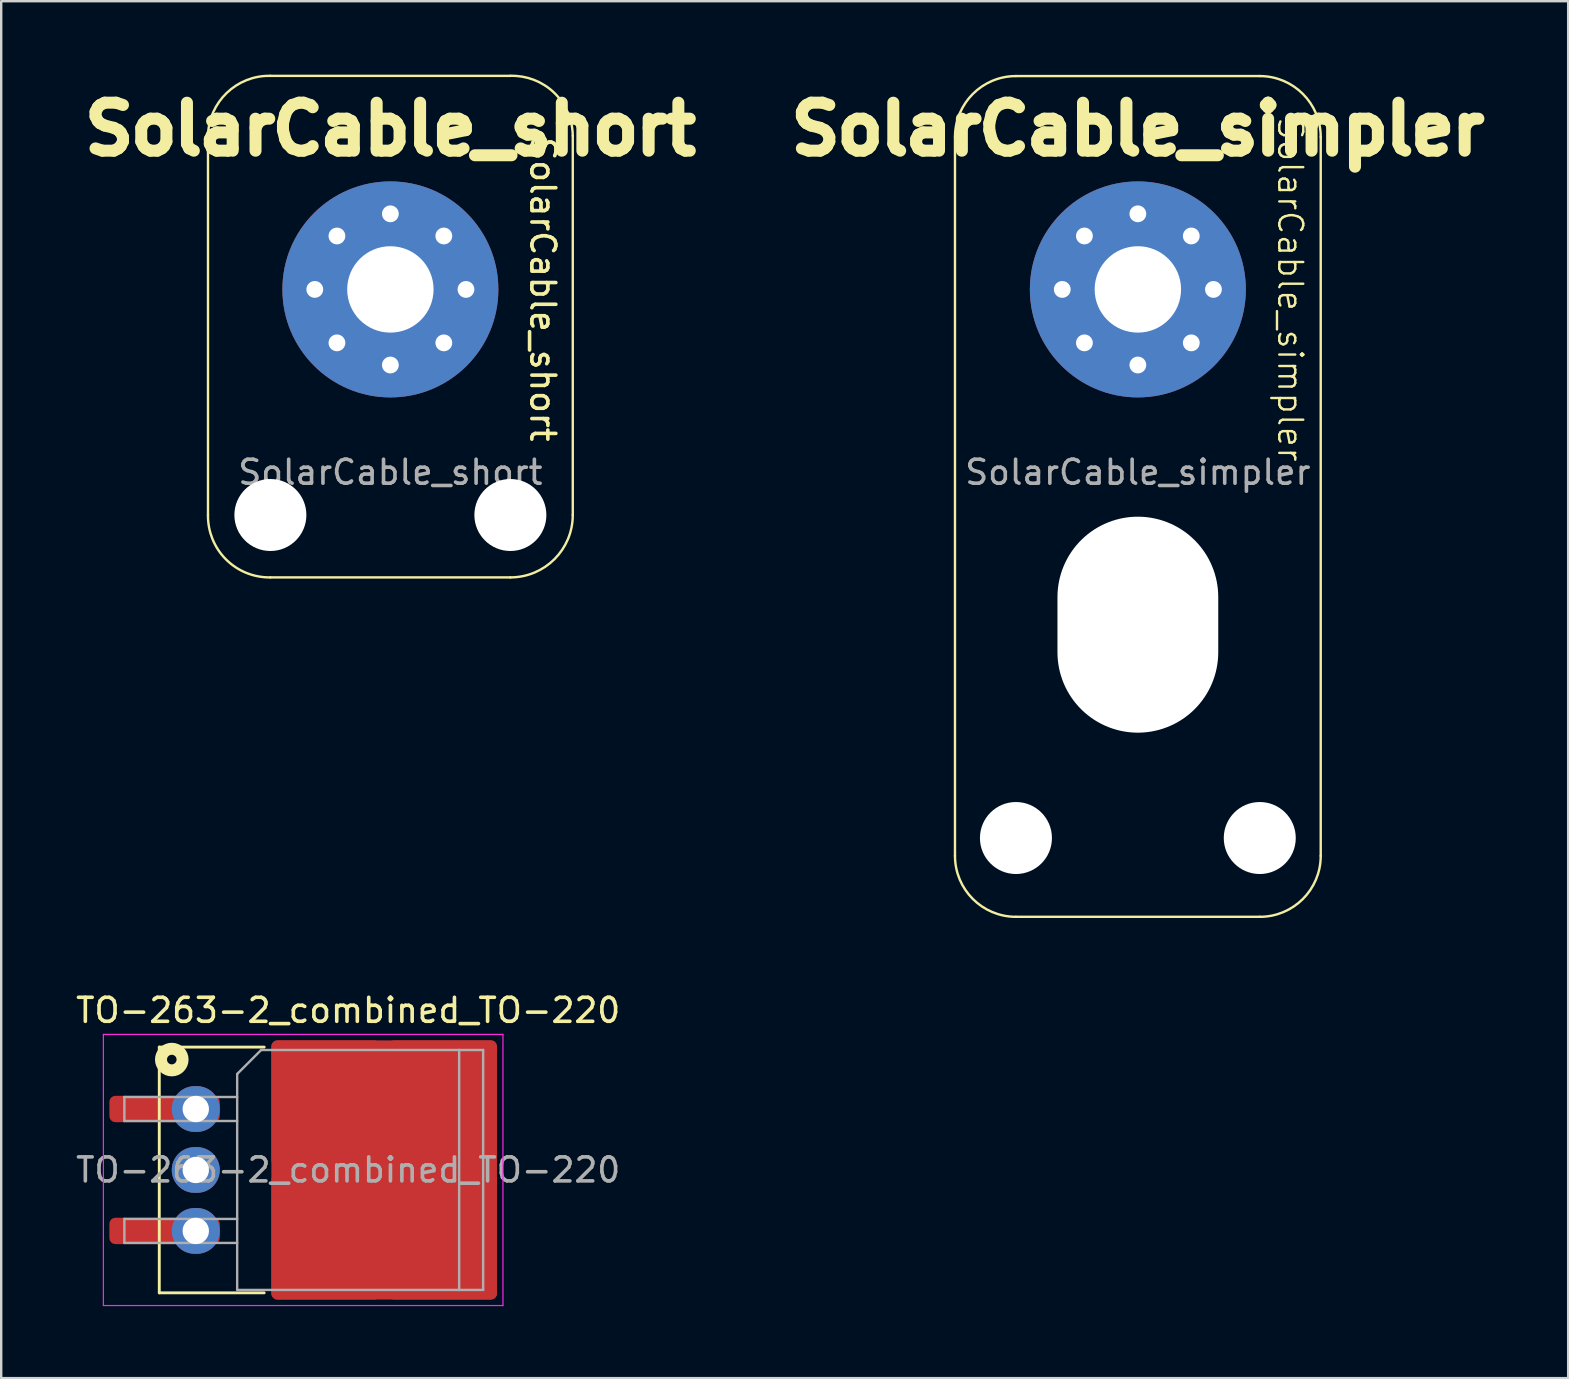
<source format=kicad_pcb>
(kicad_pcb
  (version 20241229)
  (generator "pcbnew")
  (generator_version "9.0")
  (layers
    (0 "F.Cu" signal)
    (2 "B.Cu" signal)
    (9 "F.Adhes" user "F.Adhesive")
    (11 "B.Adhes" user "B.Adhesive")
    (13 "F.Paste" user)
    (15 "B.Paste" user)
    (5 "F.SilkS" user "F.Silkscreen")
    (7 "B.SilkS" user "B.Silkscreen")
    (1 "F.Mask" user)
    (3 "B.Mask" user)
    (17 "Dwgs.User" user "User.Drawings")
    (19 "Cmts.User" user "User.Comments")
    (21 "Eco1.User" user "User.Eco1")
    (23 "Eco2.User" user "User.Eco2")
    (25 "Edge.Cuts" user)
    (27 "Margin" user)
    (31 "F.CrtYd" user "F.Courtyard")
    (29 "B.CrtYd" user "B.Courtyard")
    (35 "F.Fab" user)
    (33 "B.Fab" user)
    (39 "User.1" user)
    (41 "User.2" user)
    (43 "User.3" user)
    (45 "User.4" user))
  (footprint "SolarCable_simpler"
    (layer "F.Cu")
    (at 44.364 9.01)
    (property "Reference" "SolarCable_simpler" (at 6.35 0 270) (unlocked yes) (layer "F.SilkS") (effects (font (size 1 1) (thickness 0.1))))
    (property "Value" "SolarCable_simpler" (at 0 5.08 0) (unlocked yes) (layer "F.Fab") (hide yes) (effects (font (size 1 1) (thickness 0.15))))
    (attr through_hole)
    (fp_line (start -7.62 23.604) (end -7.62 -6.35) (stroke (width 0.1) (type default)) (layer "F.SilkS"))
    (fp_line (start 5.08 -8.89) (end -5.08 -8.89) (stroke (width 0.1) (type default)) (layer "F.SilkS"))
    (fp_line (start 5.08 26.144) (end -5.08 26.144) (stroke (width 0.1) (type default)) (layer "F.SilkS"))
    (fp_line (start 7.62 -6.35) (end 7.62 23.604) (stroke (width 0.1) (type default)) (layer "F.SilkS"))
    (fp_arc (start -7.62 -6.35) (mid -6.876051 -8.146051) (end -5.08 -8.89) (stroke (width 0.1) (type default)) (layer "F.SilkS"))
    (fp_arc (start -5.08 26.143949) (mid -6.876051 25.4) (end -7.62 23.603949) (stroke (width 0.1) (type default)) (layer "F.SilkS"))
    (fp_arc (start 5.08 -8.89) (mid 6.876051 -8.146051) (end 7.62 -6.35) (stroke (width 0.1) (type default)) (layer "F.SilkS"))
    (fp_arc (start 7.62 23.603949) (mid 6.876051 25.4) (end 5.08 26.143949) (stroke (width 0.1) (type default)) (layer "F.SilkS"))
    (fp_text user "${VALUE}" (at 0 -5.51 0) (unlocked yes) (layer "F.SilkS") (effects (font (size 2 2) (thickness 0.5) (bold yes)) (justify bottom)))
    (fp_text user "${REFERENCE}" (at 0 7.62 0) (unlocked yes) (layer "F.Fab") (effects (font (size 1 1) (thickness 0.15))))
    (pad "" np_thru_hole circle (at -5.08 22.86 180) (size 3 3) (drill 3) (layers "*.Cu" "*.Mask"))
    (pad "" np_thru_hole oval (at 0 13.97 180) (size 6.7 9) (drill oval 6.7 9) (layers "*.Cu" "*.Mask"))
    (pad "" np_thru_hole circle (at 5.08 22.86 180) (size 3 3) (drill 3) (layers "*.Cu" "*.Mask"))
    (pad "1" thru_hole circle (at -3.15 0) (size 1.524 1.524) (drill 0.7) (layers "*.Cu" "*.Mask"))
    (pad "1" thru_hole circle (at -2.227 -2.227) (size 1.524 1.524) (drill 0.7) (layers "*.Cu" "*.Mask"))
    (pad "1" thru_hole circle (at -2.227 2.227) (size 1.524 1.524) (drill 0.7) (layers "*.Cu" "*.Mask"))
    (pad "1" thru_hole circle (at 0 -3.15) (size 1.524 1.524) (drill 0.7) (layers "*.Cu" "*.Mask"))
    (pad "1" thru_hole circle (at 0 0 180) (size 9 9) (drill 3.6) (layers "*.Cu" "*.Mask"))
    (pad "1" thru_hole circle (at 0 3.15) (size 1.524 1.524) (drill 0.7) (layers "*.Cu" "*.Mask"))
    (pad "1" thru_hole circle (at 2.227 -2.227) (size 1.524 1.524) (drill 0.7) (layers "*.Cu" "*.Mask"))
    (pad "1" thru_hole circle (at 2.227 2.227) (size 1.524 1.524) (drill 0.7) (layers "*.Cu" "*.Mask"))
    (pad "1" thru_hole circle (at 3.15 0) (size 1.524 1.524) (drill 0.7) (layers "*.Cu" "*.Mask")))
  (footprint "SolarCable_short"
    (layer "F.Cu")
    (at 13.217 9.01)
    (property "Reference" "SolarCable_short" (at 6.35 0 270) (unlocked yes) (layer "F.SilkS") (effects (font (size 1 1) (thickness 0.15))))
    (property "Value" "SolarCable_short" (at 0 5.08 0) (unlocked yes) (layer "F.Fab") (hide yes) (effects (font (size 1 1) (thickness 0.15))))
    (fp_line (start -7.6 9.4) (end -7.6 -6.4) (stroke (width 0.1) (type default)) (layer "F.SilkS"))
    (fp_line (start 5 -8.9) (end -5 -8.9) (stroke (width 0.1) (type default)) (layer "F.SilkS"))
    (fp_line (start 5 12) (end -5 12) (stroke (width 0.1) (type default)) (layer "F.SilkS"))
    (fp_line (start 7.6 -6.4) (end 7.6 9.4) (stroke (width 0.1) (type default)) (layer "F.SilkS"))
    (fp_arc (start -7.6 -6.4) (mid -6.817767 -8.188477) (end -5 -8.9) (stroke (width 0.1) (type default)) (layer "F.SilkS"))
    (fp_arc (start -5 12) (mid -6.850227 11.250227) (end -7.6 9.4) (stroke (width 0.1) (type default)) (layer "F.SilkS"))
    (fp_arc (start 5 -8.9) (mid 6.824786 -8.195778) (end 7.6 -6.4) (stroke (width 0.1) (type default)) (layer "F.SilkS"))
    (fp_arc (start 7.6 9.4) (mid 6.838478 11.238478) (end 5 12) (stroke (width 0.1) (type default)) (layer "F.SilkS"))
    (fp_text user "${VALUE}" (at 0 -5.51 0) (unlocked yes) (layer "F.SilkS") (effects (font (size 2 2) (thickness 0.5) (bold yes)) (justify bottom)))
    (fp_text user "${REFERENCE}" (at 0 7.62 0) (unlocked yes) (layer "F.Fab") (effects (font (size 1 1) (thickness 0.15))))
    (pad "" np_thru_hole circle (at -5 9.4 180) (size 3 3) (drill 3) (layers "*.Cu" "*.Mask"))
    (pad "" np_thru_hole circle (at 5 9.4 180) (size 3 3) (drill 3) (layers "*.Cu" "*.Mask"))
    (pad "1" thru_hole circle (at -3.15 0) (size 1.524 1.524) (drill 0.7) (layers "*.Cu" "*.Mask"))
    (pad "1" thru_hole circle (at -2.227 -2.227) (size 1.524 1.524) (drill 0.7) (layers "*.Cu" "*.Mask"))
    (pad "1" thru_hole circle (at -2.227 2.227) (size 1.524 1.524) (drill 0.7) (layers "*.Cu" "*.Mask"))
    (pad "1" thru_hole circle (at 0 -3.15) (size 1.524 1.524) (drill 0.7) (layers "*.Cu" "*.Mask"))
    (pad "1" thru_hole circle (at 0 0 180) (size 9 9) (drill 3.6) (layers "*.Cu" "*.Mask"))
    (pad "1" thru_hole circle (at 0 3.15) (size 1.524 1.524) (drill 0.7) (layers "*.Cu" "*.Mask"))
    (pad "1" thru_hole circle (at 2.227 -2.227) (size 1.524 1.524) (drill 0.7) (layers "*.Cu" "*.Mask"))
    (pad "1" thru_hole circle (at 2.227 2.227) (size 1.524 1.524) (drill 0.7) (layers "*.Cu" "*.Mask"))
    (pad "1" thru_hole circle (at 3.15 0) (size 1.524 1.524) (drill 0.7) (layers "*.Cu" "*.Mask")))
  (footprint "TO-263-2_combined_TO-220"
    (layer "F.Cu")
    (at 11.458 45.702)
    (property "Reference" "TO-263-2_combined_TO-220" (at 0 -6.65 0) (layer "F.SilkS") (effects (font (size 1 1) (thickness 0.15))))
    (attr smd)
    (fp_line (start -7.871 -5.12) (end -7.871 5.12) (stroke (width 0.12) (type solid)) (layer "F.SilkS"))
    (fp_line (start -3.5 -5.12) (end -7.871 -5.12) (stroke (width 0.12) (type solid)) (layer "F.SilkS"))
    (fp_line (start -3.5 5.12) (end -7.871 5.12) (stroke (width 0.12) (type solid)) (layer "F.SilkS"))
    (fp_circle (center -7.35 -4.6) (end -7.15 -4.6) (stroke (width 0.5) (type default)) (fill no) (layer "F.SilkS"))
    (fp_line (start -10.2 -5.65) (end -10.2 5.65) (stroke (width 0.05) (type solid)) (layer "F.CrtYd"))
    (fp_line (start -10.2 5.65) (end 6.45 5.65) (stroke (width 0.05) (type solid)) (layer "F.CrtYd"))
    (fp_line (start 6.45 -5.65) (end -10.2 -5.65) (stroke (width 0.05) (type solid)) (layer "F.CrtYd"))
    (fp_line (start 6.45 5.65) (end 6.45 -5.65) (stroke (width 0.05) (type solid)) (layer "F.CrtYd"))
    (fp_line (start -9.325 -3.04) (end -9.325 -2.04) (stroke (width 0.1) (type solid)) (layer "F.Fab"))
    (fp_line (start -9.325 -2.04) (end -4.625 -2.04) (stroke (width 0.1) (type solid)) (layer "F.Fab"))
    (fp_line (start -9.325 2.04) (end -9.325 3.04) (stroke (width 0.1) (type solid)) (layer "F.Fab"))
    (fp_line (start -9.325 3.04) (end -4.625 3.04) (stroke (width 0.1) (type solid)) (layer "F.Fab"))
    (fp_line (start -4.625 -4) (end -3.625 -5) (stroke (width 0.1) (type solid)) (layer "F.Fab"))
    (fp_line (start -4.625 -3.04) (end -9.325 -3.04) (stroke (width 0.1) (type solid)) (layer "F.Fab"))
    (fp_line (start -4.625 2.04) (end -9.325 2.04) (stroke (width 0.1) (type solid)) (layer "F.Fab"))
    (fp_line (start -4.625 5) (end -4.625 -4) (stroke (width 0.1) (type solid)) (layer "F.Fab"))
    (fp_line (start -3.625 -5) (end 4.625 -5) (stroke (width 0.1) (type solid)) (layer "F.Fab"))
    (fp_line (start 4.625 -5) (end 4.625 5) (stroke (width 0.1) (type solid)) (layer "F.Fab"))
    (fp_line (start 4.625 -5) (end 5.625 -5) (stroke (width 0.1) (type solid)) (layer "F.Fab"))
    (fp_line (start 4.625 5) (end -4.625 5) (stroke (width 0.1) (type solid)) (layer "F.Fab"))
    (fp_line (start 5.625 -5) (end 5.625 5) (stroke (width 0.1) (type solid)) (layer "F.Fab"))
    (fp_line (start 5.625 5) (end 4.625 5) (stroke (width 0.1) (type solid)) (layer "F.Fab"))
    (fp_text user "${REFERENCE}" (at 0 0 0) (layer "F.Fab") (effects (font (size 1 1) (thickness 0.15))))
    (pad "1" smd roundrect (at -7.65 -2.54) (size 4.6 1.1) (layers "F.Cu" "F.Mask" "F.Paste") (roundrect_rratio 0.227))
    (pad "1" thru_hole oval (at -6.35 -2.54 270) (size 1.905 2) (drill 1.1) (layers "*.Cu" "*.Mask"))
    (pad "2" thru_hole oval (at -6.35 0 270) (size 1.905 2) (drill 1.1) (layers "*.Cu" "*.Mask"))
    (pad "2" smd roundrect (at -0.925 -2.775) (size 4.55 5.25) (layers "F.Cu" "F.Paste") (roundrect_rratio 0.055))
    (pad "2" smd roundrect (at -0.925 2.775) (size 4.55 5.25) (layers "F.Cu" "F.Paste") (roundrect_rratio 0.055))
    (pad "2" smd roundrect (at 1.5 0) (size 9.4 10.8) (layers "F.Cu" "F.Mask") (roundrect_rratio 0.027))
    (pad "2" smd roundrect (at 3.925 -2.775) (size 4.55 5.25) (layers "F.Cu" "F.Paste") (roundrect_rratio 0.055))
    (pad "2" smd roundrect (at 3.925 2.775) (size 4.55 5.25) (layers "F.Cu" "F.Paste") (roundrect_rratio 0.055))
    (pad "3" smd roundrect (at -7.65 2.54) (size 4.6 1.1) (layers "F.Cu" "F.Mask" "F.Paste") (roundrect_rratio 0.227))
    (pad "3" thru_hole oval (at -6.35 2.54 270) (size 1.905 2) (drill 1.1) (layers "*.Cu" "*.Mask")))
  (gr_rect
    (start -3 -3)
    (end 62.295 54.377)
    (stroke (width 0.1) (type default))
    (fill no)
    (layer "Edge.Cuts")))
</source>
